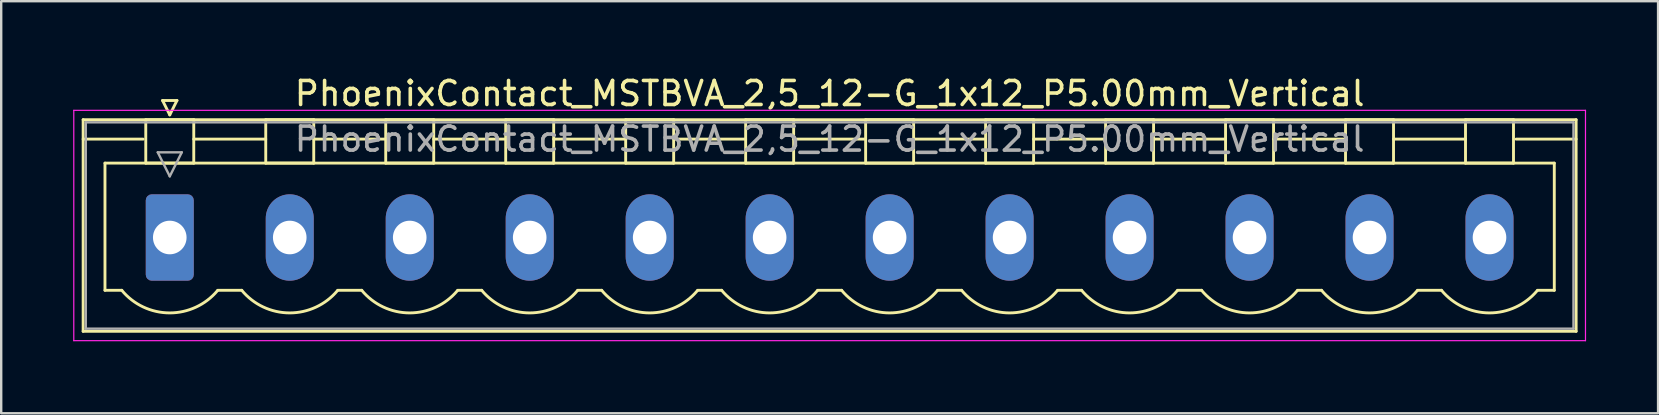
<source format=kicad_pcb>
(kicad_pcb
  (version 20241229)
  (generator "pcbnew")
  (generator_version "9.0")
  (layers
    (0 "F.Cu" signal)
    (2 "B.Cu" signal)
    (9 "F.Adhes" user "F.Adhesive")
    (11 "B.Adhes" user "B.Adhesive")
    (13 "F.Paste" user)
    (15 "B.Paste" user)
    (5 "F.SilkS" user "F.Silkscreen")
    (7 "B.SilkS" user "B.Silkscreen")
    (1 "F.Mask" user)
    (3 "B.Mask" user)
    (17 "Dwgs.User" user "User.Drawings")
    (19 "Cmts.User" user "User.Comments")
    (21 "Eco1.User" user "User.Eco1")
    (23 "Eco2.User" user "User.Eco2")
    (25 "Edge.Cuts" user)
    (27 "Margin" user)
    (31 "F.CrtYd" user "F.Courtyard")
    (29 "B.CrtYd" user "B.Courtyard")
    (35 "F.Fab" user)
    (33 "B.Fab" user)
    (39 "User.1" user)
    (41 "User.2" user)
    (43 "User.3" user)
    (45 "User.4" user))
  (footprint "PhoenixContact_MSTBVA_2,5_12-G_1x12_P5.00mm_Vertical"
    (layer "F.Cu")
    (at 4.025 6.848)
    (property "Reference" "PhoenixContact_MSTBVA_2,5_12-G_1x12_P5.00mm_Vertical" (at 27.5 -6 0) (layer "F.SilkS") (effects (font (size 1 1) (thickness 0.15))))
    (attr through_hole)
    (fp_line (start -3.61 -4.91) (end -3.61 3.91) (stroke (width 0.12) (type solid)) (layer "F.SilkS"))
    (fp_line (start -3.61 -4.1) (end -1.11 -4.1) (stroke (width 0.12) (type solid)) (layer "F.SilkS"))
    (fp_line (start -3.61 3.91) (end 58.61 3.91) (stroke (width 0.12) (type solid)) (layer "F.SilkS"))
    (fp_line (start -2.7 -3.1) (end 57.7 -3.1) (stroke (width 0.12) (type solid)) (layer "F.SilkS"))
    (fp_line (start -2.7 2.2) (end -2.7 -3.1) (stroke (width 0.12) (type solid)) (layer "F.SilkS"))
    (fp_line (start -2 2.2) (end -2.7 2.2) (stroke (width 0.12) (type solid)) (layer "F.SilkS"))
    (fp_line (start -1 -4.91) (end 1 -4.91) (stroke (width 0.12) (type solid)) (layer "F.SilkS"))
    (fp_line (start -1 -3.1) (end -1 -4.91) (stroke (width 0.12) (type solid)) (layer "F.SilkS"))
    (fp_line (start -0.3 -5.71) (end 0.3 -5.71) (stroke (width 0.12) (type solid)) (layer "F.SilkS"))
    (fp_line (start 0 -5.11) (end -0.3 -5.71) (stroke (width 0.12) (type solid)) (layer "F.SilkS"))
    (fp_line (start 0.3 -5.71) (end 0 -5.11) (stroke (width 0.12) (type solid)) (layer "F.SilkS"))
    (fp_line (start 1 -4.91) (end 1 -3.1) (stroke (width 0.12) (type solid)) (layer "F.SilkS"))
    (fp_line (start 1 -4.1) (end 4 -4.1) (stroke (width 0.12) (type solid)) (layer "F.SilkS"))
    (fp_line (start 1 -3.1) (end -1 -3.1) (stroke (width 0.12) (type solid)) (layer "F.SilkS"))
    (fp_line (start 2 2.2) (end 3 2.2) (stroke (width 0.12) (type solid)) (layer "F.SilkS"))
    (fp_line (start 4 -4.91) (end 6 -4.91) (stroke (width 0.12) (type solid)) (layer "F.SilkS"))
    (fp_line (start 4 -3.1) (end 4 -4.91) (stroke (width 0.12) (type solid)) (layer "F.SilkS"))
    (fp_line (start 6 -4.91) (end 6 -3.1) (stroke (width 0.12) (type solid)) (layer "F.SilkS"))
    (fp_line (start 6 -4.1) (end 9 -4.1) (stroke (width 0.12) (type solid)) (layer "F.SilkS"))
    (fp_line (start 6 -3.1) (end 4 -3.1) (stroke (width 0.12) (type solid)) (layer "F.SilkS"))
    (fp_line (start 7 2.2) (end 8 2.2) (stroke (width 0.12) (type solid)) (layer "F.SilkS"))
    (fp_line (start 9 -4.91) (end 11 -4.91) (stroke (width 0.12) (type solid)) (layer "F.SilkS"))
    (fp_line (start 9 -3.1) (end 9 -4.91) (stroke (width 0.12) (type solid)) (layer "F.SilkS"))
    (fp_line (start 11 -4.91) (end 11 -3.1) (stroke (width 0.12) (type solid)) (layer "F.SilkS"))
    (fp_line (start 11 -4.1) (end 14 -4.1) (stroke (width 0.12) (type solid)) (layer "F.SilkS"))
    (fp_line (start 11 -3.1) (end 9 -3.1) (stroke (width 0.12) (type solid)) (layer "F.SilkS"))
    (fp_line (start 12 2.2) (end 13 2.2) (stroke (width 0.12) (type solid)) (layer "F.SilkS"))
    (fp_line (start 14 -4.91) (end 16 -4.91) (stroke (width 0.12) (type solid)) (layer "F.SilkS"))
    (fp_line (start 14 -3.1) (end 14 -4.91) (stroke (width 0.12) (type solid)) (layer "F.SilkS"))
    (fp_line (start 16 -4.91) (end 16 -3.1) (stroke (width 0.12) (type solid)) (layer "F.SilkS"))
    (fp_line (start 16 -4.1) (end 19 -4.1) (stroke (width 0.12) (type solid)) (layer "F.SilkS"))
    (fp_line (start 16 -3.1) (end 14 -3.1) (stroke (width 0.12) (type solid)) (layer "F.SilkS"))
    (fp_line (start 17 2.2) (end 18 2.2) (stroke (width 0.12) (type solid)) (layer "F.SilkS"))
    (fp_line (start 19 -4.91) (end 21 -4.91) (stroke (width 0.12) (type solid)) (layer "F.SilkS"))
    (fp_line (start 19 -3.1) (end 19 -4.91) (stroke (width 0.12) (type solid)) (layer "F.SilkS"))
    (fp_line (start 21 -4.91) (end 21 -3.1) (stroke (width 0.12) (type solid)) (layer "F.SilkS"))
    (fp_line (start 21 -4.1) (end 24 -4.1) (stroke (width 0.12) (type solid)) (layer "F.SilkS"))
    (fp_line (start 21 -3.1) (end 19 -3.1) (stroke (width 0.12) (type solid)) (layer "F.SilkS"))
    (fp_line (start 22 2.2) (end 23 2.2) (stroke (width 0.12) (type solid)) (layer "F.SilkS"))
    (fp_line (start 24 -4.91) (end 26 -4.91) (stroke (width 0.12) (type solid)) (layer "F.SilkS"))
    (fp_line (start 24 -3.1) (end 24 -4.91) (stroke (width 0.12) (type solid)) (layer "F.SilkS"))
    (fp_line (start 26 -4.91) (end 26 -3.1) (stroke (width 0.12) (type solid)) (layer "F.SilkS"))
    (fp_line (start 26 -4.1) (end 29 -4.1) (stroke (width 0.12) (type solid)) (layer "F.SilkS"))
    (fp_line (start 26 -3.1) (end 24 -3.1) (stroke (width 0.12) (type solid)) (layer "F.SilkS"))
    (fp_line (start 27 2.2) (end 28 2.2) (stroke (width 0.12) (type solid)) (layer "F.SilkS"))
    (fp_line (start 29 -4.91) (end 31 -4.91) (stroke (width 0.12) (type solid)) (layer "F.SilkS"))
    (fp_line (start 29 -3.1) (end 29 -4.91) (stroke (width 0.12) (type solid)) (layer "F.SilkS"))
    (fp_line (start 31 -4.91) (end 31 -3.1) (stroke (width 0.12) (type solid)) (layer "F.SilkS"))
    (fp_line (start 31 -4.1) (end 34 -4.1) (stroke (width 0.12) (type solid)) (layer "F.SilkS"))
    (fp_line (start 31 -3.1) (end 29 -3.1) (stroke (width 0.12) (type solid)) (layer "F.SilkS"))
    (fp_line (start 32 2.2) (end 33 2.2) (stroke (width 0.12) (type solid)) (layer "F.SilkS"))
    (fp_line (start 34 -4.91) (end 36 -4.91) (stroke (width 0.12) (type solid)) (layer "F.SilkS"))
    (fp_line (start 34 -3.1) (end 34 -4.91) (stroke (width 0.12) (type solid)) (layer "F.SilkS"))
    (fp_line (start 36 -4.91) (end 36 -3.1) (stroke (width 0.12) (type solid)) (layer "F.SilkS"))
    (fp_line (start 36 -4.1) (end 39 -4.1) (stroke (width 0.12) (type solid)) (layer "F.SilkS"))
    (fp_line (start 36 -3.1) (end 34 -3.1) (stroke (width 0.12) (type solid)) (layer "F.SilkS"))
    (fp_line (start 37 2.2) (end 38 2.2) (stroke (width 0.12) (type solid)) (layer "F.SilkS"))
    (fp_line (start 39 -4.91) (end 41 -4.91) (stroke (width 0.12) (type solid)) (layer "F.SilkS"))
    (fp_line (start 39 -3.1) (end 39 -4.91) (stroke (width 0.12) (type solid)) (layer "F.SilkS"))
    (fp_line (start 41 -4.91) (end 41 -3.1) (stroke (width 0.12) (type solid)) (layer "F.SilkS"))
    (fp_line (start 41 -4.1) (end 44 -4.1) (stroke (width 0.12) (type solid)) (layer "F.SilkS"))
    (fp_line (start 41 -3.1) (end 39 -3.1) (stroke (width 0.12) (type solid)) (layer "F.SilkS"))
    (fp_line (start 42 2.2) (end 43 2.2) (stroke (width 0.12) (type solid)) (layer "F.SilkS"))
    (fp_line (start 44 -4.91) (end 46 -4.91) (stroke (width 0.12) (type solid)) (layer "F.SilkS"))
    (fp_line (start 44 -3.1) (end 44 -4.91) (stroke (width 0.12) (type solid)) (layer "F.SilkS"))
    (fp_line (start 46 -4.91) (end 46 -3.1) (stroke (width 0.12) (type solid)) (layer "F.SilkS"))
    (fp_line (start 46 -4.1) (end 49 -4.1) (stroke (width 0.12) (type solid)) (layer "F.SilkS"))
    (fp_line (start 46 -3.1) (end 44 -3.1) (stroke (width 0.12) (type solid)) (layer "F.SilkS"))
    (fp_line (start 47 2.2) (end 48 2.2) (stroke (width 0.12) (type solid)) (layer "F.SilkS"))
    (fp_line (start 49 -4.91) (end 51 -4.91) (stroke (width 0.12) (type solid)) (layer "F.SilkS"))
    (fp_line (start 49 -3.1) (end 49 -4.91) (stroke (width 0.12) (type solid)) (layer "F.SilkS"))
    (fp_line (start 51 -4.91) (end 51 -3.1) (stroke (width 0.12) (type solid)) (layer "F.SilkS"))
    (fp_line (start 51 -4.1) (end 54 -4.1) (stroke (width 0.12) (type solid)) (layer "F.SilkS"))
    (fp_line (start 51 -3.1) (end 49 -3.1) (stroke (width 0.12) (type solid)) (layer "F.SilkS"))
    (fp_line (start 52 2.2) (end 53 2.2) (stroke (width 0.12) (type solid)) (layer "F.SilkS"))
    (fp_line (start 54 -4.91) (end 56 -4.91) (stroke (width 0.12) (type solid)) (layer "F.SilkS"))
    (fp_line (start 54 -3.1) (end 54 -4.91) (stroke (width 0.12) (type solid)) (layer "F.SilkS"))
    (fp_line (start 56 -4.91) (end 56 -3.1) (stroke (width 0.12) (type solid)) (layer "F.SilkS"))
    (fp_line (start 56 -3.1) (end 54 -3.1) (stroke (width 0.12) (type solid)) (layer "F.SilkS"))
    (fp_line (start 57.7 -3.1) (end 57.7 2.2) (stroke (width 0.12) (type solid)) (layer "F.SilkS"))
    (fp_line (start 57.7 2.2) (end 57 2.2) (stroke (width 0.12) (type solid)) (layer "F.SilkS"))
    (fp_line (start 58.61 -4.91) (end -3.61 -4.91) (stroke (width 0.12) (type solid)) (layer "F.SilkS"))
    (fp_line (start 58.61 -4.1) (end 56.11 -4.1) (stroke (width 0.12) (type solid)) (layer "F.SilkS"))
    (fp_line (start 58.61 3.91) (end 58.61 -4.91) (stroke (width 0.12) (type solid)) (layer "F.SilkS"))
    (fp_arc (start 1.986842 2.215821) (mid -0.010289 3.142758) (end -2 2.2) (stroke (width 0.12) (type solid)) (layer "F.SilkS"))
    (fp_arc (start 6.986842 2.215821) (mid 4.989711 3.142758) (end 3 2.2) (stroke (width 0.12) (type solid)) (layer "F.SilkS"))
    (fp_arc (start 11.986842 2.215821) (mid 9.989711 3.142758) (end 8 2.2) (stroke (width 0.12) (type solid)) (layer "F.SilkS"))
    (fp_arc (start 16.986842 2.215821) (mid 14.989711 3.142758) (end 13 2.2) (stroke (width 0.12) (type solid)) (layer "F.SilkS"))
    (fp_arc (start 21.986842 2.215821) (mid 19.989711 3.142758) (end 18 2.2) (stroke (width 0.12) (type solid)) (layer "F.SilkS"))
    (fp_arc (start 26.986842 2.215821) (mid 24.989711 3.142758) (end 23 2.2) (stroke (width 0.12) (type solid)) (layer "F.SilkS"))
    (fp_arc (start 31.986842 2.215821) (mid 29.989711 3.142758) (end 28 2.2) (stroke (width 0.12) (type solid)) (layer "F.SilkS"))
    (fp_arc (start 36.986842 2.215821) (mid 34.989711 3.142758) (end 33 2.2) (stroke (width 0.12) (type solid)) (layer "F.SilkS"))
    (fp_arc (start 41.986842 2.215821) (mid 39.989711 3.142758) (end 38 2.2) (stroke (width 0.12) (type solid)) (layer "F.SilkS"))
    (fp_arc (start 46.986842 2.215821) (mid 44.989711 3.142758) (end 43 2.2) (stroke (width 0.12) (type solid)) (layer "F.SilkS"))
    (fp_arc (start 51.986842 2.215821) (mid 49.989711 3.142758) (end 48 2.2) (stroke (width 0.12) (type solid)) (layer "F.SilkS"))
    (fp_arc (start 56.986842 2.215821) (mid 54.989711 3.142758) (end 53 2.2) (stroke (width 0.12) (type solid)) (layer "F.SilkS"))
    (fp_line (start -4 -5.3) (end -4 4.3) (stroke (width 0.05) (type solid)) (layer "F.CrtYd"))
    (fp_line (start -4 4.3) (end 59 4.3) (stroke (width 0.05) (type solid)) (layer "F.CrtYd"))
    (fp_line (start 59 -5.3) (end -4 -5.3) (stroke (width 0.05) (type solid)) (layer "F.CrtYd"))
    (fp_line (start 59 4.3) (end 59 -5.3) (stroke (width 0.05) (type solid)) (layer "F.CrtYd"))
    (fp_line (start -3.5 -4.8) (end -3.5 3.8) (stroke (width 0.1) (type solid)) (layer "F.Fab"))
    (fp_line (start -3.5 3.8) (end 58.5 3.8) (stroke (width 0.1) (type solid)) (layer "F.Fab"))
    (fp_line (start -0.5 -3.55) (end 0.5 -3.55) (stroke (width 0.1) (type solid)) (layer "F.Fab"))
    (fp_line (start 0 -2.55) (end -0.5 -3.55) (stroke (width 0.1) (type solid)) (layer "F.Fab"))
    (fp_line (start 0.5 -3.55) (end 0 -2.55) (stroke (width 0.1) (type solid)) (layer "F.Fab"))
    (fp_line (start 58.5 -4.8) (end -3.5 -4.8) (stroke (width 0.1) (type solid)) (layer "F.Fab"))
    (fp_line (start 58.5 3.8) (end 58.5 -4.8) (stroke (width 0.1) (type solid)) (layer "F.Fab"))
    (fp_text user "${REFERENCE}" (at 27.5 -4.1 0) (layer "F.Fab") (effects (font (size 1 1) (thickness 0.15))))
    (pad "1" thru_hole roundrect (at 0 0) (size 2 3.6) (drill 1.4) (layers "*.Cu" "*.Mask") (roundrect_rratio 0.125))
    (pad "2" thru_hole oval (at 5 0) (size 2 3.6) (drill 1.4) (layers "*.Cu" "*.Mask"))
    (pad "3" thru_hole oval (at 10 0) (size 2 3.6) (drill 1.4) (layers "*.Cu" "*.Mask"))
    (pad "4" thru_hole oval (at 15 0) (size 2 3.6) (drill 1.4) (layers "*.Cu" "*.Mask"))
    (pad "5" thru_hole oval (at 20 0) (size 2 3.6) (drill 1.4) (layers "*.Cu" "*.Mask"))
    (pad "6" thru_hole oval (at 25 0) (size 2 3.6) (drill 1.4) (layers "*.Cu" "*.Mask"))
    (pad "7" thru_hole oval (at 30 0) (size 2 3.6) (drill 1.4) (layers "*.Cu" "*.Mask"))
    (pad "8" thru_hole oval (at 35 0) (size 2 3.6) (drill 1.4) (layers "*.Cu" "*.Mask"))
    (pad "9" thru_hole oval (at 40 0) (size 2 3.6) (drill 1.4) (layers "*.Cu" "*.Mask"))
    (pad "10" thru_hole oval (at 45 0) (size 2 3.6) (drill 1.4) (layers "*.Cu" "*.Mask"))
    (pad "11" thru_hole oval (at 50 0) (size 2 3.6) (drill 1.4) (layers "*.Cu" "*.Mask"))
    (pad "12" thru_hole oval (at 55 0) (size 2 3.6) (drill 1.4) (layers "*.Cu" "*.Mask")))
  (gr_rect
    (start -3 -3)
    (end 66.05 14.173)
    (stroke (width 0.1) (type default))
    (fill no)
    (layer "Edge.Cuts")))
</source>
